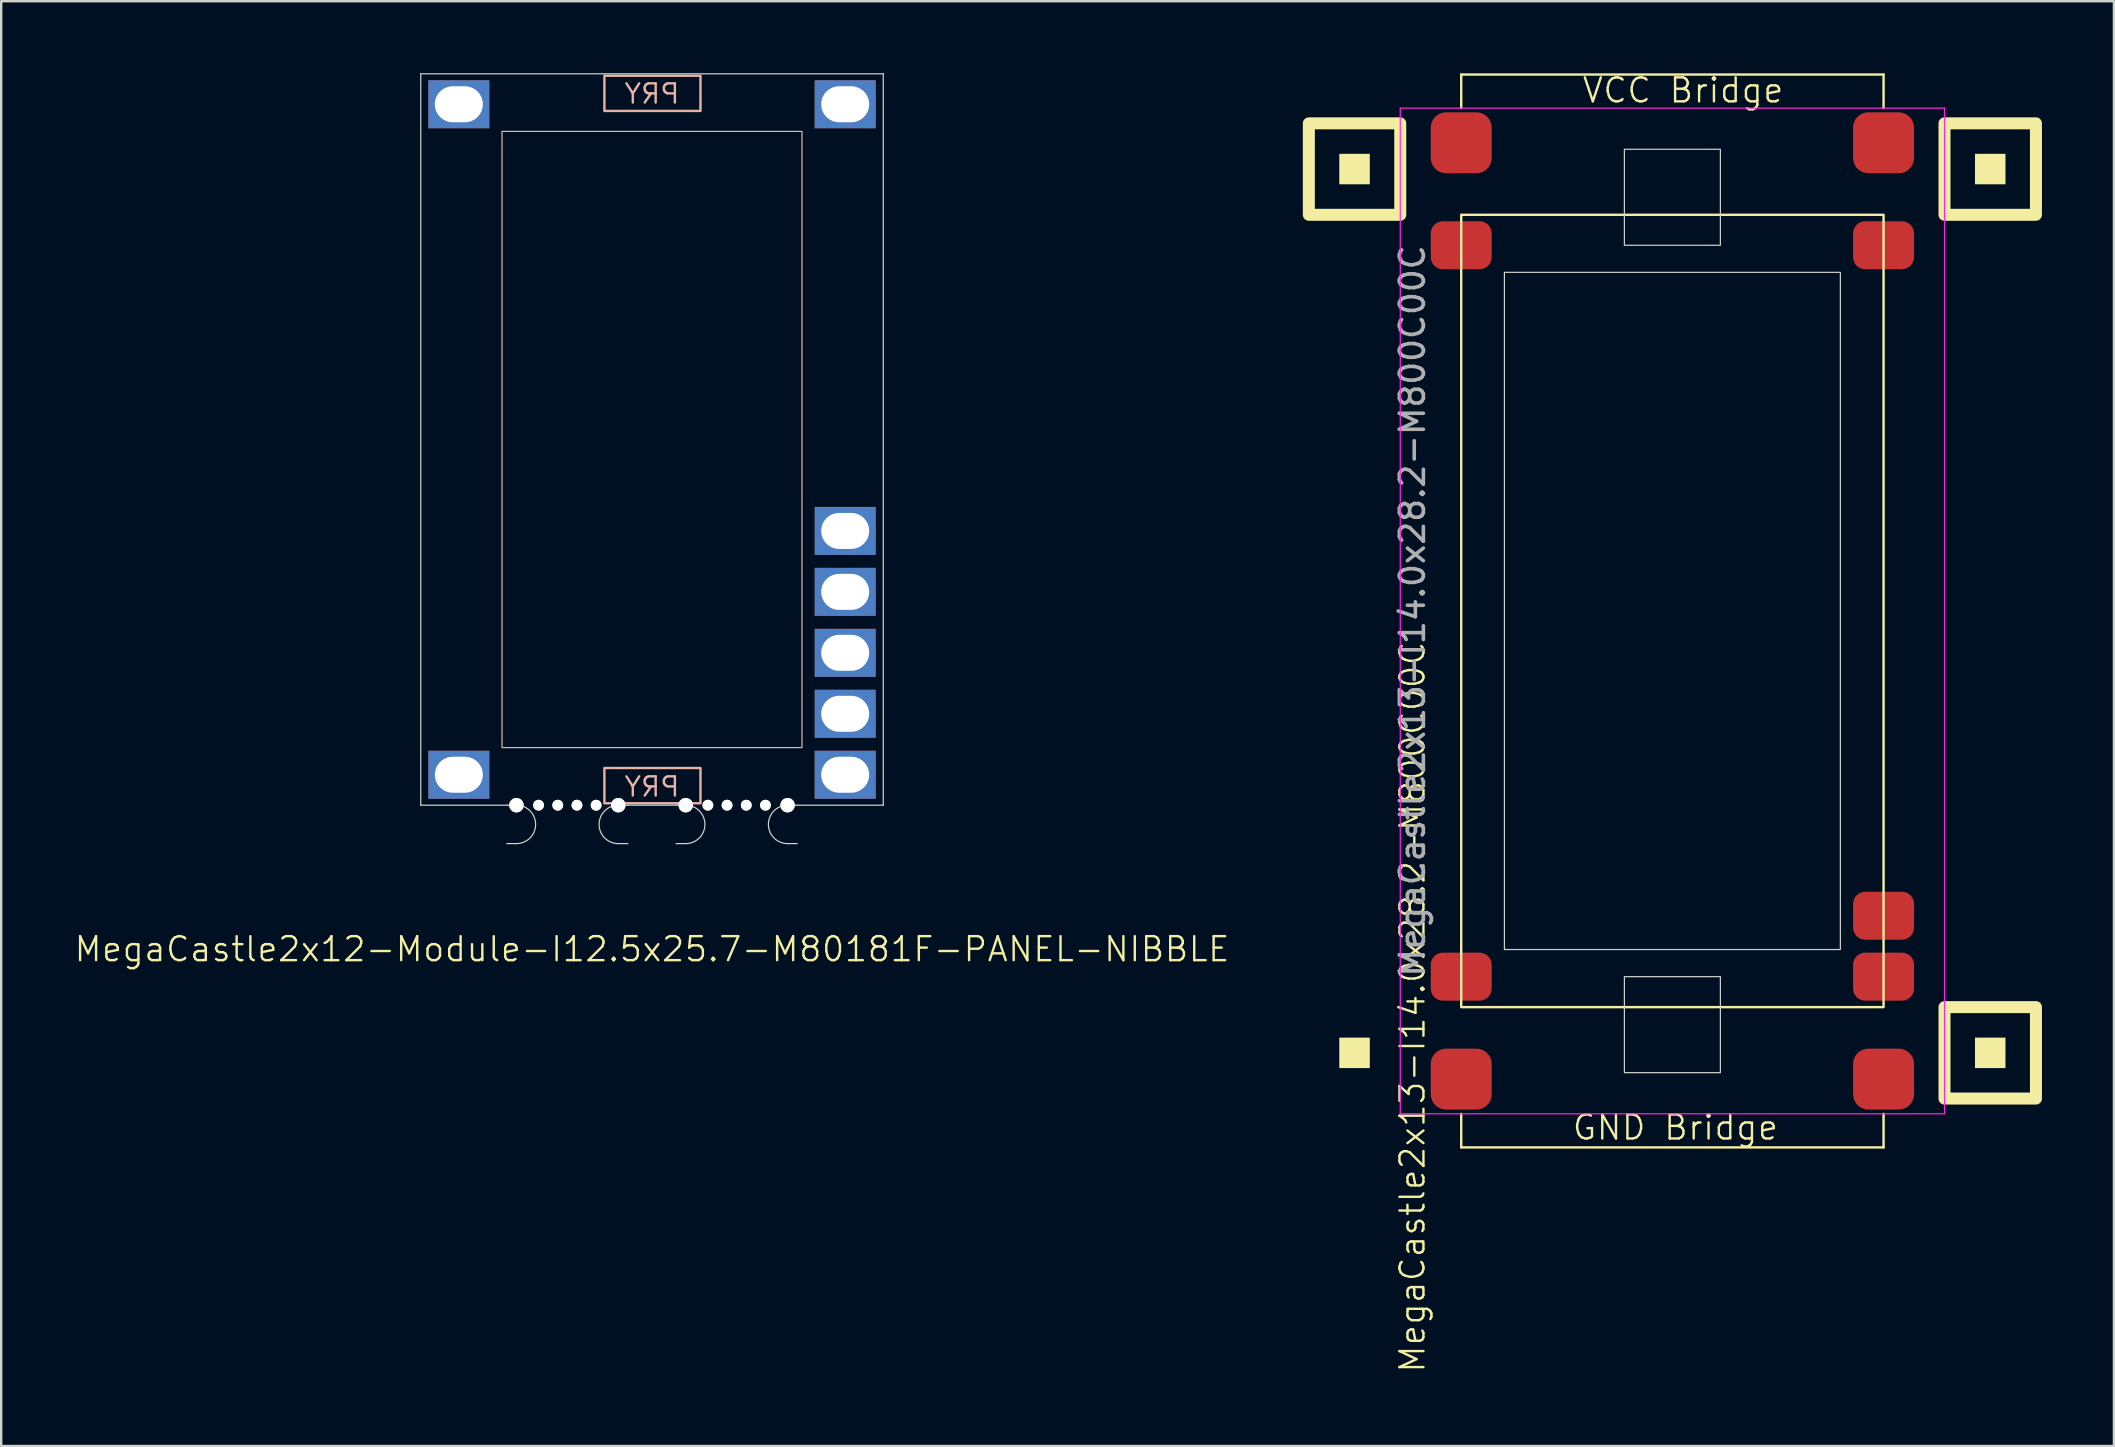
<source format=kicad_pcb>
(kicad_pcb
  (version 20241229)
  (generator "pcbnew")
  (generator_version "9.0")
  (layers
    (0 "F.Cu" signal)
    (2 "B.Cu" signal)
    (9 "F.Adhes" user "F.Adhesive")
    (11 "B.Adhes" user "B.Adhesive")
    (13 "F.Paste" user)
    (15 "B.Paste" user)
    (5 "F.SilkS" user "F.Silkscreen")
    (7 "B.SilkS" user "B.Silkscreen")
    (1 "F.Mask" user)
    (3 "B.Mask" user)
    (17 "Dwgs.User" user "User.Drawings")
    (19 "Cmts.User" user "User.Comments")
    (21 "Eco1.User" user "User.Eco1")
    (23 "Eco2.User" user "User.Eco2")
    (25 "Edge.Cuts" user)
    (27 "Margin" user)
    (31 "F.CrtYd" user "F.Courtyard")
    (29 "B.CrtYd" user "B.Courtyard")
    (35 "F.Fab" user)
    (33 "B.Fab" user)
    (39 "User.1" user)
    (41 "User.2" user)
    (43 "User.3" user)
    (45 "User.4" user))
  (footprint "MegaCastle2x12-Module-I12.5x25.7-M80181F-PANEL-NIBBLE"
    (layer "F.Cu")
    (at 24.121 15.265)
    (property "Reference" "MegaCastle2x12-Module-I12.5x25.7-M80181F-PANEL-NIBBLE" (at 0 21.24 0) (unlocked yes) (layer "F.SilkS") (effects (font (size 1 1) (thickness 0.1))))
    (attr smd)
    (fp_rect (start -6.25 12.84) (end 6.25 -12.84) (stroke (width 0.05) (type default)) (fill no) (layer "B.SilkS"))
    (fp_rect (start -1.984 -13.691) (end 2.02 -15.16) (stroke (width 0.1) (type default)) (fill no) (layer "B.SilkS"))
    (fp_rect (start -1.984 13.691) (end 2.02 15.16) (stroke (width 0.1) (type default)) (fill no) (layer "B.SilkS"))
    (fp_line (start -9.637 -15.24) (end -9.637 15.24) (stroke (width 0.05) (type default)) (layer "Edge.Cuts"))
    (fp_line (start -9.637 -15.24) (end 9.637 -15.24) (stroke (width 0.05) (type default)) (layer "Edge.Cuts"))
    (fp_line (start -9.637 15.24) (end -6.05 15.24) (stroke (width 0.05) (type default)) (layer "Edge.Cuts"))
    (fp_line (start -6.05 15.24) (end -5.65 15.24) (stroke (width 0.05) (type default)) (layer "Edge.Cuts"))
    (fp_line (start -6.05 16.84) (end -5.65 16.84) (stroke (width 0.05) (type default)) (layer "Edge.Cuts"))
    (fp_line (start -1.005 15.24) (end -1.405 15.24) (stroke (width 0.05) (type default)) (layer "Edge.Cuts"))
    (fp_line (start -1.005 15.24) (end 1.005 15.24) (stroke (width 0.05) (type default)) (layer "Edge.Cuts"))
    (fp_line (start -1.005 16.84) (end -1.405 16.84) (stroke (width 0.05) (type default)) (layer "Edge.Cuts"))
    (fp_line (start 1.005 15.24) (end 1.405 15.24) (stroke (width 0.05) (type default)) (layer "Edge.Cuts"))
    (fp_line (start 1.005 16.84) (end 1.405 16.84) (stroke (width 0.05) (type default)) (layer "Edge.Cuts"))
    (fp_line (start 6.05 15.24) (end 5.65 15.24) (stroke (width 0.05) (type default)) (layer "Edge.Cuts"))
    (fp_line (start 6.05 15.24) (end 9.637 15.24) (stroke (width 0.05) (type default)) (layer "Edge.Cuts"))
    (fp_line (start 6.05 16.84) (end 5.65 16.84) (stroke (width 0.05) (type default)) (layer "Edge.Cuts"))
    (fp_line (start 9.637 -15.24) (end 9.637 15.24) (stroke (width 0.05) (type default)) (layer "Edge.Cuts"))
    (fp_arc (start -5.65 15.24) (mid -4.85 16.040001) (end -5.65 16.84) (stroke (width 0.05) (type default)) (layer "Edge.Cuts"))
    (fp_arc (start -1.405 16.84) (mid -2.205 16.04) (end -1.405 15.24) (stroke (width 0.05) (type default)) (layer "Edge.Cuts"))
    (fp_arc (start 1.405 15.24) (mid 2.205 16.040001) (end 1.405 16.84) (stroke (width 0.05) (type default)) (layer "Edge.Cuts"))
    (fp_arc (start 5.650001 16.84) (mid 4.85 16.04) (end 5.650001 15.24) (stroke (width 0.05) (type default)) (layer "Edge.Cuts"))
    (fp_text user "PRY" (at 0 -13.94 0) (unlocked yes) (layer "B.SilkS") (effects (font (size 0.8 0.8) (thickness 0.1)) (justify bottom mirror)))
    (fp_text user "PRY" (at 0 14.94 0) (unlocked yes) (layer "B.SilkS") (effects (font (size 0.8 0.8) (thickness 0.1)) (justify bottom mirror)))
    (pad "" np_thru_hole circle (at -5.65 15.24) (size 0.6 0.6) (drill 0.6) (layers "*.Cu" "Edge.Cuts"))
    (pad "" np_thru_hole circle (at -4.728 15.24) (size 0.45 0.45) (drill 0.45) (layers "*.Cu" "Edge.Cuts"))
    (pad "" np_thru_hole circle (at -3.928 15.24) (size 0.45 0.45) (drill 0.45) (layers "*.Cu" "Edge.Cuts"))
    (pad "" np_thru_hole circle (at -3.127 15.24) (size 0.45 0.45) (drill 0.45) (layers "*.Cu" "Edge.Cuts"))
    (pad "" np_thru_hole circle (at -2.328 15.24) (size 0.45 0.45) (drill 0.45) (layers "*.Cu" "Edge.Cuts"))
    (pad "" np_thru_hole circle (at -1.405 15.24) (size 0.6 0.6) (drill 0.6) (layers "*.Cu" "Edge.Cuts"))
    (pad "" np_thru_hole circle (at 1.405 15.24) (size 0.6 0.6) (drill 0.6) (layers "*.Cu" "Edge.Cuts"))
    (pad "" np_thru_hole circle (at 2.328 15.24) (size 0.45 0.45) (drill 0.45) (layers "*.Cu" "Edge.Cuts"))
    (pad "" np_thru_hole circle (at 3.127 15.24) (size 0.45 0.45) (drill 0.45) (layers "*.Cu" "Edge.Cuts"))
    (pad "" np_thru_hole circle (at 3.928 15.24) (size 0.45 0.45) (drill 0.45) (layers "*.Cu" "Edge.Cuts"))
    (pad "" np_thru_hole circle (at 4.728 15.24) (size 0.45 0.45) (drill 0.45) (layers "*.Cu" "Edge.Cuts"))
    (pad "" np_thru_hole circle (at 5.65 15.24) (size 0.6 0.6) (drill 0.6) (layers "*.Cu" "Edge.Cuts"))
    (pad "1" thru_hole rect (at -8.05 -13.97) (size 2.54 2) (drill oval 2 1.5) (property pad_prop_castellated) (layers "*.Cu" "*.Mask"))
    (pad "12" thru_hole rect (at -8.05 13.97) (size 2.54 2) (drill oval 2 1.5) (property pad_prop_castellated) (layers "*.Cu" "*.Mask"))
    (pad "13" thru_hole rect (at 8.05 -13.97) (size 2.54 2) (drill oval 2 1.5) (property pad_prop_castellated) (layers "*.Cu" "*.Mask"))
    (pad "20" thru_hole rect (at 8.05 3.81) (size 2.54 2) (drill oval 2 1.5) (property pad_prop_castellated) (layers "*.Cu" "*.Mask"))
    (pad "21" thru_hole rect (at 8.05 6.35) (size 2.54 2) (drill oval 2 1.5) (property pad_prop_castellated) (layers "*.Cu" "*.Mask"))
    (pad "22" thru_hole rect (at 8.05 8.89) (size 2.54 2) (drill oval 2 1.5) (property pad_prop_castellated) (layers "*.Cu" "*.Mask"))
    (pad "23" thru_hole rect (at 8.05 11.43) (size 2.54 2) (drill oval 2 1.5) (property pad_prop_castellated) (layers "*.Cu" "*.Mask"))
    (pad "24" thru_hole rect (at 8.05 13.97) (size 2.54 2) (drill oval 2 1.5) (property pad_prop_castellated) (layers "*.Cu" "*.Mask"))
    (zone (net_name "") (layer "B.Cu") (hatch edge 0.5) (connect_pads) (min_thickness 0.25) (filled_areas_thickness no) (keepout (tracks allowed) (vias allowed) (pads allowed) (copperpour allowed) (footprints not_allowed)) (placement (enabled no)) (fill) (polygon (pts (xy 16.071 30.505) (xy 16.071 0.025) (xy 17.871 0.025) (xy 17.871 30.505))))
    (zone (net_name "") (layer "B.Cu") (hatch edge 0.5) (connect_pads) (min_thickness 0.25) (filled_areas_thickness no) (keepout (tracks allowed) (vias allowed) (pads allowed) (copperpour allowed) (footprints not_allowed)) (placement (enabled no)) (fill) (polygon (pts (xy 17.871 0.025) (xy 17.871 2.425) (xy 30.371 2.425) (xy 30.371 0.025))))
    (zone (net_name "") (layer "B.Cu") (hatch edge 0.5) (connect_pads) (min_thickness 0.25) (filled_areas_thickness no) (keepout (tracks allowed) (vias allowed) (pads allowed) (copperpour allowed) (footprints not_allowed)) (placement (enabled no)) (fill) (polygon (pts (xy 17.871 30.505) (xy 17.871 28.105) (xy 30.371 28.105) (xy 30.371 30.505))))
    (zone (net_name "") (layer "B.Cu") (name "Upper Pry Zone") (hatch edge 0.5) (connect_pads) (min_thickness 0.25) (filled_areas_thickness no) (keepout (tracks not_allowed) (vias not_allowed) (pads not_allowed) (copperpour allowed) (footprints not_allowed)) (placement (enabled no)) (fill) (polygon (pts (xy 22.137 1.574) (xy 22.137 0.105) (xy 26.141 0.105) (xy 26.141 1.574))))
    (zone (net_name "") (layer "B.Cu") (name "Upper Pry Zone") (hatch edge 0.5) (connect_pads) (min_thickness 0.25) (filled_areas_thickness no) (keepout (tracks not_allowed) (vias not_allowed) (pads not_allowed) (copperpour allowed) (footprints not_allowed)) (placement (enabled no)) (fill) (polygon (pts (xy 22.137 28.956) (xy 22.137 30.425) (xy 26.141 30.425) (xy 26.141 28.956))))
    (zone (net_name "") (layer "B.Cu") (hatch edge 0.5) (connect_pads) (min_thickness 0.25) (filled_areas_thickness no) (keepout (tracks allowed) (vias allowed) (pads allowed) (copperpour allowed) (footprints not_allowed)) (placement (enabled no)) (fill) (polygon (pts (xy 32.171 30.505) (xy 32.171 0.025) (xy 30.371 0.025) (xy 30.371 30.505)))))
  (footprint "MegaCastle2x13-I14.0x28.2-M800C00C"
    (layer "F.Cu")
    (at 66.643 22.41)
    (property "Reference" "MegaCastle2x13-I14.0x28.2-M800C00C" (at -10.832 16.51 90) (unlocked yes) (layer "F.SilkS") (effects (font (size 1 1) (thickness 0.1))))
    (attr smd)
    (fp_line (start -8.8 -22.355) (end 8.8 -22.355) (stroke (width 0.1) (type default)) (layer "F.SilkS"))
    (fp_line (start -8.8 -20.955) (end -8.8 -22.355) (stroke (width 0.1) (type default)) (layer "F.SilkS"))
    (fp_line (start -8.8 20.955) (end -8.8 22.355) (stroke (width 0.1) (type default)) (layer "F.SilkS"))
    (fp_line (start -8.8 22.355) (end 8.8 22.355) (stroke (width 0.1) (type default)) (layer "F.SilkS"))
    (fp_line (start 8.8 -20.955) (end 8.8 -22.355) (stroke (width 0.1) (type default)) (layer "F.SilkS"))
    (fp_line (start 8.8 20.955) (end 8.8 22.355) (stroke (width 0.1) (type default)) (layer "F.SilkS"))
    (fp_rect (start -12.61 -17.78) (end -13.88 -19.05) (stroke (width 0) (type solid)) (fill yes) (layer "F.SilkS"))
    (fp_rect (start -12.61 19.05) (end -13.88 17.78) (stroke (width 0) (type solid)) (fill yes) (layer "F.SilkS"))
    (fp_rect (start -11.34 -16.51) (end -15.15 -20.32) (stroke (width 0.5) (type default)) (fill no) (layer "F.SilkS"))
    (fp_rect (start -8.8 -16.51) (end 8.8 16.51) (stroke (width 0.1) (type default)) (fill no) (layer "F.SilkS"))
    (fp_rect (start 13.88 -17.78) (end 12.61 -19.05) (stroke (width 0) (type solid)) (fill yes) (layer "F.SilkS"))
    (fp_rect (start 13.88 19.05) (end 12.61 17.78) (stroke (width 0) (type solid)) (fill yes) (layer "F.SilkS"))
    (fp_rect (start 15.15 -16.51) (end 11.34 -20.32) (stroke (width 0.5) (type default)) (fill no) (layer "F.SilkS"))
    (fp_rect (start 15.15 20.32) (end 11.34 16.51) (stroke (width 0.5) (type default)) (fill no) (layer "F.SilkS"))
    (fp_rect (start -7 -14.11) (end 7 14.11) (stroke (width 0.05) (type default)) (fill no) (layer "Edge.Cuts"))
    (fp_rect (start -2 -15.24) (end 2 -19.24) (stroke (width 0.05) (type default)) (fill no) (layer "Edge.Cuts"))
    (fp_rect (start -2 15.24) (end 2 19.24) (stroke (width 0.05) (type default)) (fill no) (layer "Edge.Cuts"))
    (fp_line (start -11.34 -20.955) (end -11.34 20.955) (stroke (width 0.05) (type default)) (layer "F.CrtYd"))
    (fp_line (start -11.34 20.955) (end 11.34 20.955) (stroke (width 0.05) (type default)) (layer "F.CrtYd"))
    (fp_line (start 11.34 -20.955) (end -11.34 -20.955) (stroke (width 0.05) (type default)) (layer "F.CrtYd"))
    (fp_line (start 11.34 -20.955) (end 11.34 20.955) (stroke (width 0.05) (type default)) (layer "F.CrtYd"))
    (fp_text user "VCC Bridge" (at -3.81 -21.11 0) (unlocked yes) (layer "F.SilkS") (effects (font (size 1 1) (thickness 0.1)) (justify left bottom)))
    (fp_text user "GND Bridge" (at -4.226 22.11 0) (unlocked yes) (layer "F.SilkS") (effects (font (size 1 1) (thickness 0.1)) (justify left bottom)))
    (fp_text user "${REFERENCE}" (at -10.832 0 90) (unlocked yes) (layer "F.Fab") (effects (font (size 1 1) (thickness 0.15))))
    (pad "1" smd roundrect (at -8.8 -15.24) (size 2.54 2) (layers "F.Cu" "F.Mask" "F.Paste") (roundrect_rratio 0.25))
    (pad "13" smd roundrect (at -8.8 15.24) (size 2.54 2) (layers "F.Cu" "F.Mask" "F.Paste") (roundrect_rratio 0.25))
    (pad "14" smd roundrect (at 8.8 -15.24) (size 2.54 2) (layers "F.Cu" "F.Mask" "F.Paste") (roundrect_rratio 0.25))
    (pad "25" smd roundrect (at 8.8 12.7) (size 2.54 2) (layers "F.Cu" "F.Mask" "F.Paste") (roundrect_rratio 0.25))
    (pad "26" smd roundrect (at 8.8 15.24) (size 2.54 2) (layers "F.Cu" "F.Mask" "F.Paste") (roundrect_rratio 0.25))
    (pad "A1" smd roundrect (at -8.8 -19.51) (size 2.54 2.54) (layers "F.Cu" "F.Mask" "F.Paste") (roundrect_rratio 0.25))
    (pad "A2" smd roundrect (at 8.8 -19.51) (size 2.54 2.54) (layers "F.Cu" "F.Mask" "F.Paste") (roundrect_rratio 0.25))
    (pad "B1" smd roundrect (at -8.8 19.51) (size 2.54 2.54) (layers "F.Cu" "F.Mask" "F.Paste") (roundrect_rratio 0.25))
    (pad "B2" smd roundrect (at 8.8 19.51) (size 2.54 2.54) (layers "F.Cu" "F.Mask" "F.Paste") (roundrect_rratio 0.25)))
  (gr_rect
    (start -3 -3)
    (end 85.043 57.208)
    (stroke (width 0.1) (type default))
    (fill no)
    (layer "Edge.Cuts")))
</source>
